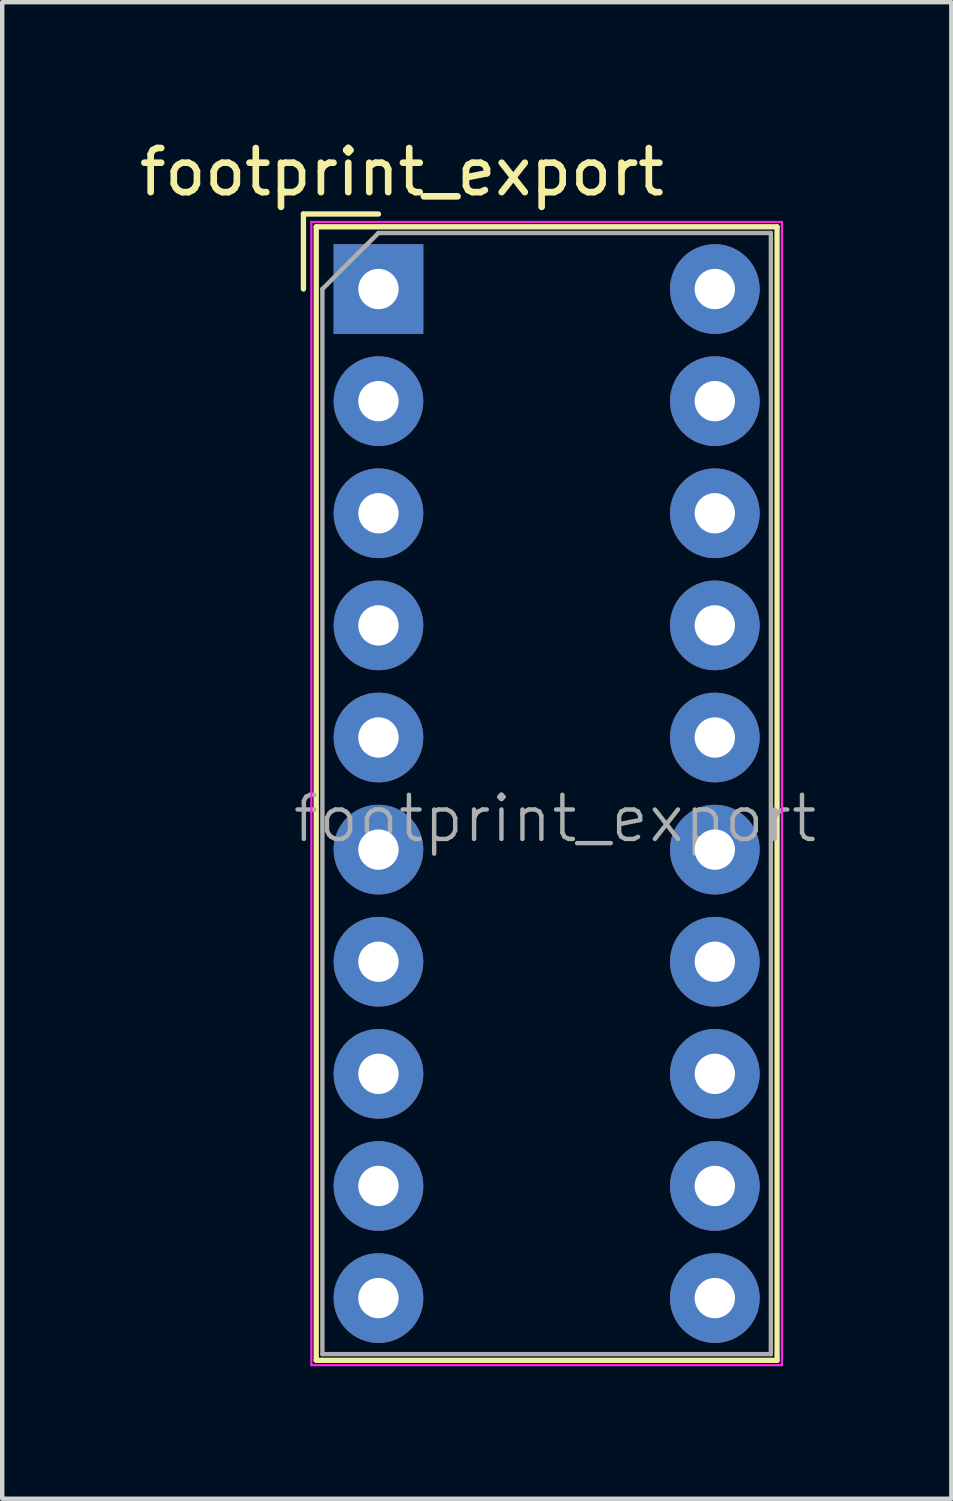
<source format=kicad_pcb>
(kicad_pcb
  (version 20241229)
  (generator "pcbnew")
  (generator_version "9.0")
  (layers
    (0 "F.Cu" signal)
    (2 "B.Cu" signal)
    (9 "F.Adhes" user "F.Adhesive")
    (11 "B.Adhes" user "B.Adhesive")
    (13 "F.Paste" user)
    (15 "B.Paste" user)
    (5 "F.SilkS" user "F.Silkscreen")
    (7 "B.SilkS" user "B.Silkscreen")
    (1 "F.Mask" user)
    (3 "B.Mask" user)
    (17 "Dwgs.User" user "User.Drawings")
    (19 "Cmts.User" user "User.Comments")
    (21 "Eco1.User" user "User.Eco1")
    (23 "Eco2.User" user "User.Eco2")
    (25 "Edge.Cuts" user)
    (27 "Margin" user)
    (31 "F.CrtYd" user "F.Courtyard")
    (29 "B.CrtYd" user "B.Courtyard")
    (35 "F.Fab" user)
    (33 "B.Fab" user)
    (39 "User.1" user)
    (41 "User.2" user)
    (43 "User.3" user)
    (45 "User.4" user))
  (footprint "footprint_export"
    (layer "F.Cu")
    (at 5.524 3.498)
    (property "Reference" "footprint_export" (at 0.53 -2.65 0) (layer "F.SilkS") (effects (font (size 1 1) (thickness 0.15))))
    (attr through_hole)
    (fp_line (start -1.7 -1.7) (end -1.7 0) (stroke (width 0.12) (type solid)) (layer "F.SilkS"))
    (fp_line (start -1.41 -1.41) (end 9.03 -1.41) (stroke (width 0.12) (type solid)) (layer "F.SilkS"))
    (fp_line (start -1.41 24.27) (end -1.41 -1.41) (stroke (width 0.12) (type solid)) (layer "F.SilkS"))
    (fp_line (start 0 -1.7) (end -1.7 -1.7) (stroke (width 0.12) (type solid)) (layer "F.SilkS"))
    (fp_line (start 9.03 -1.41) (end 9.03 24.27) (stroke (width 0.12) (type solid)) (layer "F.SilkS"))
    (fp_line (start 9.03 24.27) (end -1.41 24.27) (stroke (width 0.12) (type solid)) (layer "F.SilkS"))
    (fp_line (start -1.52 -1.52) (end -1.52 24.38) (stroke (width 0.05) (type solid)) (layer "F.CrtYd"))
    (fp_line (start -1.52 -1.52) (end 9.14 -1.52) (stroke (width 0.05) (type solid)) (layer "F.CrtYd"))
    (fp_line (start -1.52 24.38) (end 9.14 24.38) (stroke (width 0.05) (type solid)) (layer "F.CrtYd"))
    (fp_line (start 9.14 24.38) (end 9.14 -1.52) (stroke (width 0.05) (type solid)) (layer "F.CrtYd"))
    (fp_line (start -1.27 0) (end -1.27 24.13) (stroke (width 0.1) (type solid)) (layer "F.Fab"))
    (fp_line (start -1.27 24.13) (end 8.89 24.13) (stroke (width 0.1) (type solid)) (layer "F.Fab"))
    (fp_line (start 0 -1.27) (end -1.27 0) (stroke (width 0.1) (type solid)) (layer "F.Fab"))
    (fp_line (start 0 -1.27) (end 8.89 -1.27) (stroke (width 0.1) (type solid)) (layer "F.Fab"))
    (fp_line (start 8.89 -1.27) (end 8.89 24.13) (stroke (width 0.1) (type solid)) (layer "F.Fab"))
    (fp_text user "${REFERENCE}" (at 4 12 0) (layer "F.Fab") (effects (font (size 1 1) (thickness 0.1))))
    (pad "1" thru_hole rect (at 0 0 270) (size 2.032 2.032) (drill 0.914) (layers "*.Cu" "*.Mask"))
    (pad "2" thru_hole circle (at 0 2.54 270) (size 2.032 2.032) (drill 0.914) (layers "*.Cu" "*.Mask"))
    (pad "3" thru_hole circle (at 0 5.08 270) (size 2.032 2.032) (drill 0.914) (layers "*.Cu" "*.Mask"))
    (pad "4" thru_hole circle (at 0 7.62 270) (size 2.032 2.032) (drill 0.914) (layers "*.Cu" "*.Mask"))
    (pad "5" thru_hole circle (at 0 10.16 270) (size 2.032 2.032) (drill 0.914) (layers "*.Cu" "*.Mask"))
    (pad "6" thru_hole circle (at 0 12.7 270) (size 2.032 2.032) (drill 0.914) (layers "*.Cu" "*.Mask"))
    (pad "7" thru_hole circle (at 0 15.24 270) (size 2.032 2.032) (drill 0.914) (layers "*.Cu" "*.Mask"))
    (pad "8" thru_hole circle (at 0 17.78 270) (size 2.032 2.032) (drill 0.914) (layers "*.Cu" "*.Mask"))
    (pad "9" thru_hole circle (at 0 20.32 270) (size 2.032 2.032) (drill 0.914) (layers "*.Cu" "*.Mask"))
    (pad "10" thru_hole circle (at 0 22.86 270) (size 2.032 2.032) (drill 0.914) (layers "*.Cu" "*.Mask"))
    (pad "11" thru_hole circle (at 7.62 22.86 270) (size 2.032 2.032) (drill 0.914) (layers "*.Cu" "*.Mask"))
    (pad "12" thru_hole circle (at 7.62 20.32 270) (size 2.032 2.032) (drill 0.914) (layers "*.Cu" "*.Mask"))
    (pad "13" thru_hole circle (at 7.62 17.78 270) (size 2.032 2.032) (drill 0.914) (layers "*.Cu" "*.Mask"))
    (pad "14" thru_hole circle (at 7.62 15.24 270) (size 2.032 2.032) (drill 0.914) (layers "*.Cu" "*.Mask"))
    (pad "15" thru_hole circle (at 7.62 12.7 270) (size 2.032 2.032) (drill 0.914) (layers "*.Cu" "*.Mask"))
    (pad "16" thru_hole circle (at 7.62 10.16 270) (size 2.032 2.032) (drill 0.914) (layers "*.Cu" "*.Mask"))
    (pad "17" thru_hole circle (at 7.62 7.62 270) (size 2.032 2.032) (drill 0.914) (layers "*.Cu" "*.Mask"))
    (pad "18" thru_hole circle (at 7.62 5.08 270) (size 2.032 2.032) (drill 0.914) (layers "*.Cu" "*.Mask"))
    (pad "19" thru_hole circle (at 7.62 2.54 270) (size 2.032 2.032) (drill 0.914) (layers "*.Cu" "*.Mask"))
    (pad "20" thru_hole circle (at 7.62 0 270) (size 2.032 2.032) (drill 0.914) (layers "*.Cu" "*.Mask")))
  (gr_rect
    (start -3 -3)
    (end 18.502 30.903)
    (stroke (width 0.1) (type default))
    (fill no)
    (layer "Edge.Cuts")))
</source>
